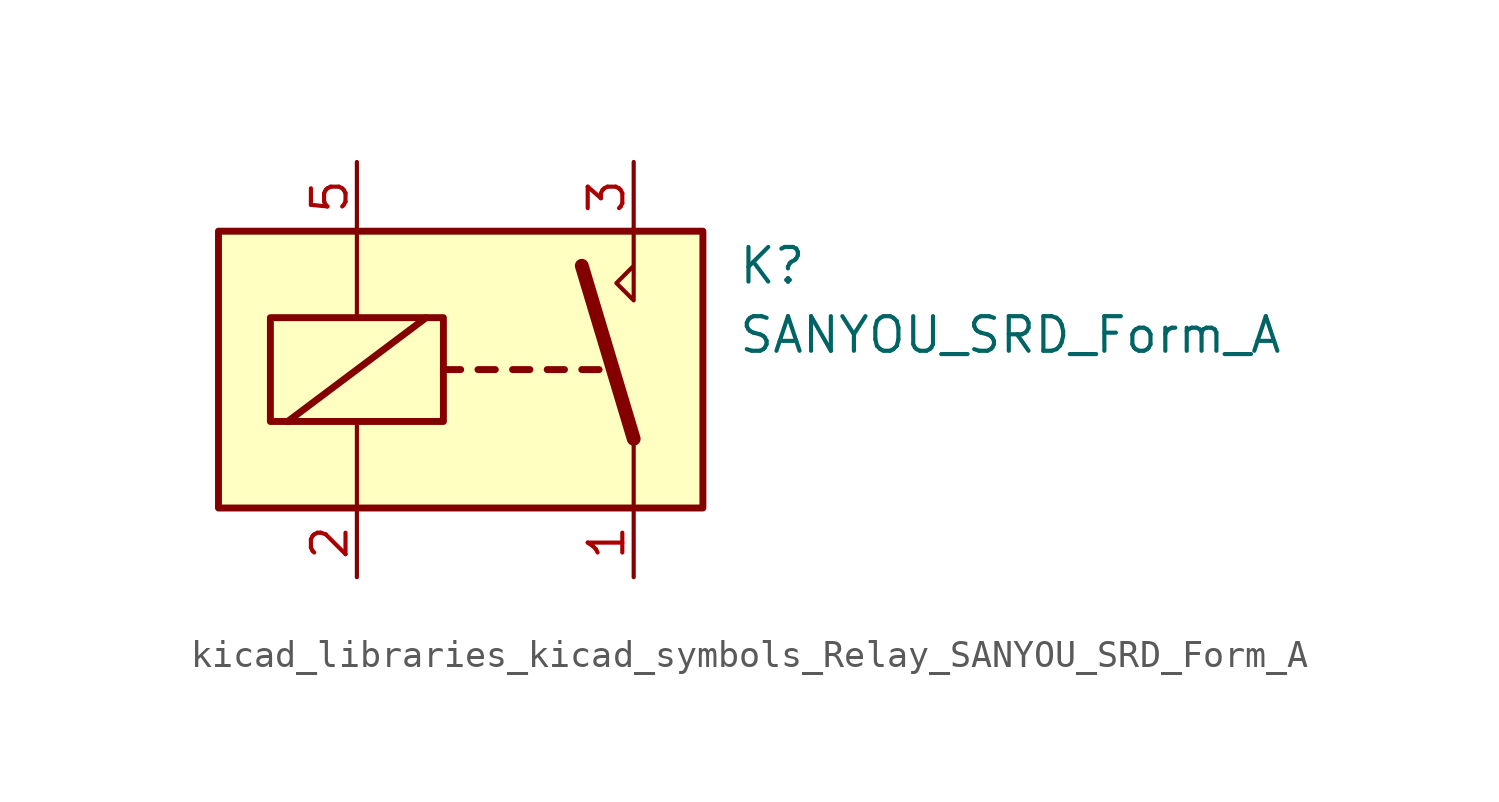
<source format=kicad_sym>
(kicad_symbol_lib
  (version 20220914)
  (generator kicad_symbol_editor)
  (symbol "kicad_libraries_kicad_symbols_Relay_SANYOU_SRD_Form_A"
    (property "Reference" "K"
      (at 8.89 3.81 0)
      (effects (font (size 1.27 1.27)) (justify left)))
    (property "Value" "SANYOU_SRD_Form_A"
      (at 8.89 1.27 0)
      (effects (font (size 1.27 1.27)) (justify left)))
    (symbol "kicad_libraries_kicad_symbols_Relay_SANYOU_SRD_Form_A_0_0"
      (polyline (pts (xy 5.08 5.08) (xy 5.08 2.54) (xy 4.445 3.175) (xy 5.08 3.81)) (stroke (width 0) (type default)) (fill (type none))))
    (symbol "kicad_libraries_kicad_symbols_Relay_SANYOU_SRD_Form_A_0_1"
      (rectangle (start -10.16 5.08) (end 7.62 -5.08) (stroke (width 0.254) (type default)) (fill (type background)))
      (rectangle (start -8.255 1.905) (end -1.905 -1.905) (stroke (width 0.254) (type default)) (fill (type none)))
      (polyline (pts (xy -7.62 -1.905) (xy -2.54 1.905)) (stroke (width 0.254) (type default)) (fill (type none)))
      (polyline (pts (xy -5.08 -5.08) (xy -5.08 -1.905)) (stroke (width 0) (type default)) (fill (type none)))
      (polyline (pts (xy -5.08 5.08) (xy -5.08 1.905)) (stroke (width 0) (type default)) (fill (type none)))
      (polyline (pts (xy -1.905 0) (xy -1.27 0)) (stroke (width 0.254) (type default)) (fill (type none)))
      (polyline (pts (xy -0.635 0) (xy 0 0)) (stroke (width 0.254) (type default)) (fill (type none)))
      (polyline (pts (xy 0.635 0) (xy 1.27 0)) (stroke (width 0.254) (type default)) (fill (type none)))
      (polyline (pts (xy 1.905 0) (xy 2.54 0)) (stroke (width 0.254) (type default)) (fill (type none)))
      (polyline (pts (xy 3.175 0) (xy 3.81 0)) (stroke (width 0.254) (type default)) (fill (type none)))
      (polyline (pts (xy 5.08 -2.54) (xy 3.175 3.81)) (stroke (width 0.508) (type default)) (fill (type none)))
      (polyline (pts (xy 5.08 -2.54) (xy 5.08 -5.08)) (stroke (width 0) (type default)) (fill (type none))))
    (symbol "kicad_libraries_kicad_symbols_Relay_SANYOU_SRD_Form_A_1_1"
      (pin passive line (at 5.08 -7.62 90) (length 2.54) (name "~" (effects (font (size 1.27 1.27)))) (number "1" (effects (font (size 1.27 1.27)))))
      (pin passive line (at -5.08 -7.62 90) (length 2.54) (name "~" (effects (font (size 1.27 1.27)))) (number "2" (effects (font (size 1.27 1.27)))))
      (pin passive line (at 5.08 7.62 270) (length 2.54) (name "~" (effects (font (size 1.27 1.27)))) (number "3" (effects (font (size 1.27 1.27)))))
      (pin passive line (at -5.08 7.62 270) (length 2.54) (name "~" (effects (font (size 1.27 1.27)))) (number "5" (effects (font (size 1.27 1.27))))))))
</source>
